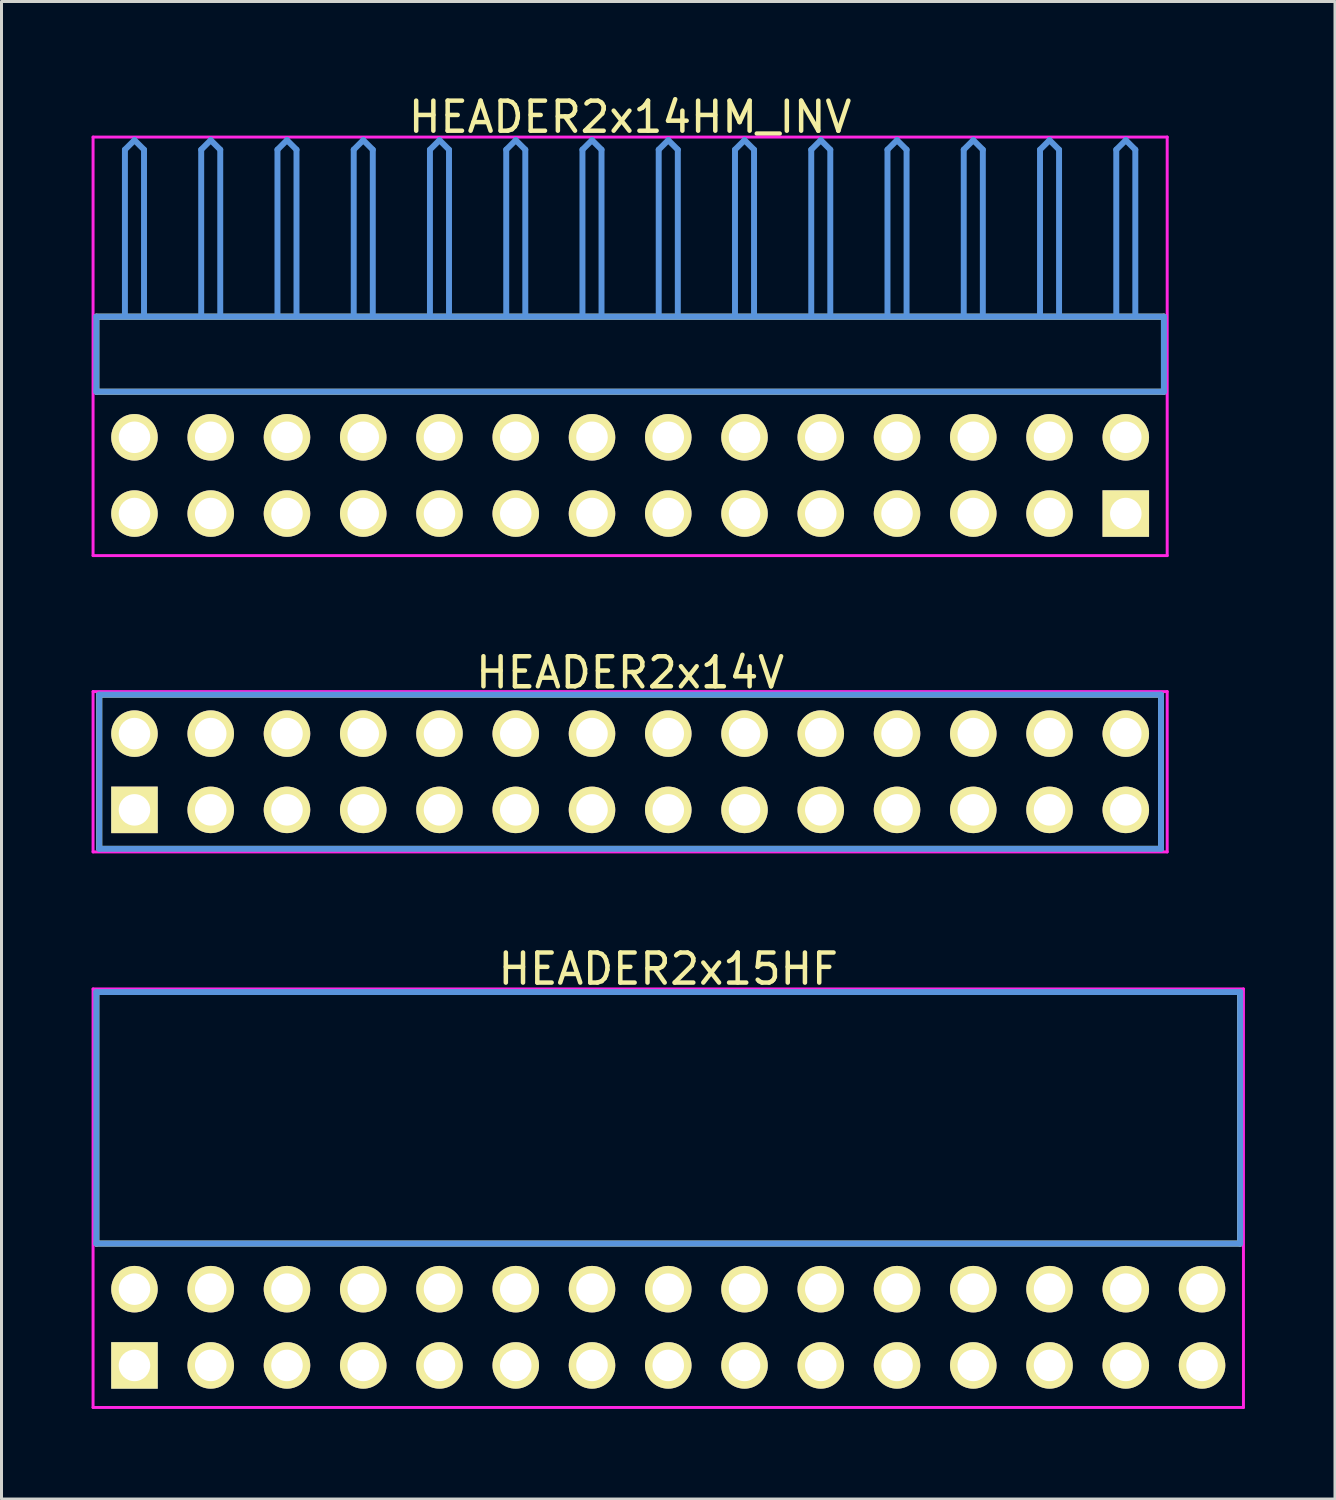
<source format=kicad_pcb>
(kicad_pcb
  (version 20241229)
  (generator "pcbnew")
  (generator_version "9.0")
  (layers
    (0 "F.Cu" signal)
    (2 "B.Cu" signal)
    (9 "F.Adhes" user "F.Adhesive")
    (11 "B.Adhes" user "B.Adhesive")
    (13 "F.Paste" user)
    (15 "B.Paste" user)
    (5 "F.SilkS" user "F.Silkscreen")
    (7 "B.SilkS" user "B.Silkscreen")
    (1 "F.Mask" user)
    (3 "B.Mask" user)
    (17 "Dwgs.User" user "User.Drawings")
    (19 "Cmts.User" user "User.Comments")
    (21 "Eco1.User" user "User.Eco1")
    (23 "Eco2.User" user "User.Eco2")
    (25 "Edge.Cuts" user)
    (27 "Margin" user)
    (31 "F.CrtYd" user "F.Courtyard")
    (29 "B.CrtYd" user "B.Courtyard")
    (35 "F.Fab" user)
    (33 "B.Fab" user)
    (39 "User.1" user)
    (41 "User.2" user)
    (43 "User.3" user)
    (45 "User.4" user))
  (footprint "HEADER2x14V"
    (layer "F.Cu")
    (at 1.429 23.926)
    (property "Reference" "HEADER2x14V" (at 16.51 -4.572 0) (layer "F.SilkS") (effects (font (size 1.001 1.001) (thickness 0.15))))
    (attr through_hole)
    (fp_line (start -1.173 -3.838) (end -1.173 1.298) (stroke (width 0.198) (type solid)) (layer "F.SilkS"))
    (fp_line (start -1.173 1.298) (end 34.193 1.298) (stroke (width 0.198) (type solid)) (layer "F.SilkS"))
    (fp_line (start 34.193 -3.838) (end -1.173 -3.838) (stroke (width 0.198) (type solid)) (layer "F.SilkS"))
    (fp_line (start 34.193 1.298) (end 34.193 -3.838) (stroke (width 0.198) (type solid)) (layer "F.SilkS"))
    (fp_line (start -1.173 -3.838) (end -1.173 1.298) (stroke (width 0.198) (type solid)) (layer "Cmts.User"))
    (fp_line (start -1.173 1.298) (end 34.193 1.298) (stroke (width 0.198) (type solid)) (layer "Cmts.User"))
    (fp_line (start 34.193 -3.838) (end -1.173 -3.838) (stroke (width 0.198) (type solid)) (layer "Cmts.User"))
    (fp_line (start 34.193 1.298) (end 34.193 -3.838) (stroke (width 0.198) (type solid)) (layer "Cmts.User"))
    (fp_line (start -1.379 -3.94) (end -1.379 1.4) (stroke (width 0.099) (type solid)) (layer "F.CrtYd"))
    (fp_line (start -1.379 1.4) (end 34.399 1.4) (stroke (width 0.099) (type solid)) (layer "F.CrtYd"))
    (fp_line (start 34.399 -3.94) (end -1.379 -3.94) (stroke (width 0.099) (type solid)) (layer "F.CrtYd"))
    (fp_line (start 34.399 1.4) (end 34.399 -3.94) (stroke (width 0.099) (type solid)) (layer "F.CrtYd"))
    (pad "1" thru_hole rect (at 0 0) (size 1.549 1.549) (drill 1.049) (layers "*.Cu" "*.Mask" "F.SilkS"))
    (pad "2" thru_hole circle (at 0 -2.54) (size 1.549 1.549) (drill 1.049) (layers "*.Cu" "*.Mask" "F.SilkS"))
    (pad "3" thru_hole circle (at 2.54 0) (size 1.549 1.549) (drill 1.049) (layers "*.Cu" "*.Mask" "F.SilkS"))
    (pad "4" thru_hole circle (at 2.54 -2.54) (size 1.549 1.549) (drill 1.049) (layers "*.Cu" "*.Mask" "F.SilkS"))
    (pad "5" thru_hole circle (at 5.08 0) (size 1.549 1.549) (drill 1.049) (layers "*.Cu" "*.Mask" "F.SilkS"))
    (pad "6" thru_hole circle (at 5.08 -2.54) (size 1.549 1.549) (drill 1.049) (layers "*.Cu" "*.Mask" "F.SilkS"))
    (pad "7" thru_hole circle (at 7.62 0) (size 1.549 1.549) (drill 1.049) (layers "*.Cu" "*.Mask" "F.SilkS"))
    (pad "8" thru_hole circle (at 7.62 -2.54) (size 1.549 1.549) (drill 1.049) (layers "*.Cu" "*.Mask" "F.SilkS"))
    (pad "9" thru_hole circle (at 10.16 0) (size 1.549 1.549) (drill 1.049) (layers "*.Cu" "*.Mask" "F.SilkS"))
    (pad "10" thru_hole circle (at 10.16 -2.54) (size 1.549 1.549) (drill 1.049) (layers "*.Cu" "*.Mask" "F.SilkS"))
    (pad "11" thru_hole circle (at 12.7 0) (size 1.549 1.549) (drill 1.049) (layers "*.Cu" "*.Mask" "F.SilkS"))
    (pad "12" thru_hole circle (at 12.7 -2.54) (size 1.549 1.549) (drill 1.049) (layers "*.Cu" "*.Mask" "F.SilkS"))
    (pad "13" thru_hole circle (at 15.24 0) (size 1.549 1.549) (drill 1.049) (layers "*.Cu" "*.Mask" "F.SilkS"))
    (pad "14" thru_hole circle (at 15.24 -2.54) (size 1.549 1.549) (drill 1.049) (layers "*.Cu" "*.Mask" "F.SilkS"))
    (pad "15" thru_hole circle (at 17.78 0) (size 1.549 1.549) (drill 1.049) (layers "*.Cu" "*.Mask" "F.SilkS"))
    (pad "16" thru_hole circle (at 17.78 -2.54) (size 1.549 1.549) (drill 1.049) (layers "*.Cu" "*.Mask" "F.SilkS"))
    (pad "17" thru_hole circle (at 20.32 0) (size 1.549 1.549) (drill 1.049) (layers "*.Cu" "*.Mask" "F.SilkS"))
    (pad "18" thru_hole circle (at 20.32 -2.54) (size 1.549 1.549) (drill 1.049) (layers "*.Cu" "*.Mask" "F.SilkS"))
    (pad "19" thru_hole circle (at 22.86 0) (size 1.549 1.549) (drill 1.049) (layers "*.Cu" "*.Mask" "F.SilkS"))
    (pad "20" thru_hole circle (at 22.86 -2.54) (size 1.549 1.549) (drill 1.049) (layers "*.Cu" "*.Mask" "F.SilkS"))
    (pad "21" thru_hole circle (at 25.4 0) (size 1.549 1.549) (drill 1.049) (layers "*.Cu" "*.Mask" "F.SilkS"))
    (pad "22" thru_hole circle (at 25.4 -2.54) (size 1.549 1.549) (drill 1.049) (layers "*.Cu" "*.Mask" "F.SilkS"))
    (pad "23" thru_hole circle (at 27.94 0) (size 1.549 1.549) (drill 1.049) (layers "*.Cu" "*.Mask" "F.SilkS"))
    (pad "24" thru_hole circle (at 27.94 -2.54) (size 1.549 1.549) (drill 1.049) (layers "*.Cu" "*.Mask" "F.SilkS"))
    (pad "25" thru_hole circle (at 30.48 0) (size 1.549 1.549) (drill 1.049) (layers "*.Cu" "*.Mask" "F.SilkS"))
    (pad "26" thru_hole circle (at 30.48 -2.54) (size 1.549 1.549) (drill 1.049) (layers "*.Cu" "*.Mask" "F.SilkS"))
    (pad "27" thru_hole circle (at 33.02 0) (size 1.549 1.549) (drill 1.049) (layers "*.Cu" "*.Mask" "F.SilkS"))
    (pad "28" thru_hole circle (at 33.02 -2.54) (size 1.549 1.549) (drill 1.049) (layers "*.Cu" "*.Mask" "F.SilkS")))
  (footprint "HEADER2x15HF"
    (layer "F.Cu")
    (at 1.429 42.431)
    (property "Reference" "HEADER2x15HF" (at 17.78 -13.208 0) (layer "F.SilkS") (effects (font (size 1.001 1.001) (thickness 0.15))))
    (attr through_hole)
    (fp_line (start -1.27 -12.438) (end -1.27 -4.059) (stroke (width 0.198) (type solid)) (layer "F.SilkS"))
    (fp_line (start -1.27 -4.059) (end 36.83 -4.059) (stroke (width 0.198) (type solid)) (layer "F.SilkS"))
    (fp_line (start 36.83 -12.438) (end -1.27 -12.438) (stroke (width 0.198) (type solid)) (layer "F.SilkS"))
    (fp_line (start 36.83 -4.059) (end 36.83 -12.438) (stroke (width 0.198) (type solid)) (layer "F.SilkS"))
    (fp_line (start -1.27 -12.438) (end -1.27 -4.059) (stroke (width 0.198) (type solid)) (layer "Cmts.User"))
    (fp_line (start -1.27 -4.059) (end 36.83 -4.059) (stroke (width 0.198) (type solid)) (layer "Cmts.User"))
    (fp_line (start 36.83 -12.438) (end -1.27 -12.438) (stroke (width 0.198) (type solid)) (layer "Cmts.User"))
    (fp_line (start 36.83 -4.059) (end 36.83 -12.438) (stroke (width 0.198) (type solid)) (layer "Cmts.User"))
    (fp_line (start -1.379 -12.54) (end 36.939 -12.54) (stroke (width 0.099) (type solid)) (layer "F.CrtYd"))
    (fp_line (start -1.379 1.4) (end -1.379 -12.54) (stroke (width 0.099) (type solid)) (layer "F.CrtYd"))
    (fp_line (start 36.939 -12.54) (end 36.939 1.4) (stroke (width 0.099) (type solid)) (layer "F.CrtYd"))
    (fp_line (start 36.939 1.4) (end -1.379 1.4) (stroke (width 0.099) (type solid)) (layer "F.CrtYd"))
    (pad "1" thru_hole rect (at 0 0) (size 1.549 1.549) (drill 1.049) (layers "*.Cu" "*.Mask" "F.SilkS"))
    (pad "2" thru_hole circle (at 0 -2.54) (size 1.549 1.549) (drill 1.049) (layers "*.Cu" "*.Mask" "F.SilkS"))
    (pad "3" thru_hole circle (at 2.54 0) (size 1.549 1.549) (drill 1.049) (layers "*.Cu" "*.Mask" "F.SilkS"))
    (pad "4" thru_hole circle (at 2.54 -2.54) (size 1.549 1.549) (drill 1.049) (layers "*.Cu" "*.Mask" "F.SilkS"))
    (pad "5" thru_hole circle (at 5.08 0) (size 1.549 1.549) (drill 1.049) (layers "*.Cu" "*.Mask" "F.SilkS"))
    (pad "6" thru_hole circle (at 5.08 -2.54) (size 1.549 1.549) (drill 1.049) (layers "*.Cu" "*.Mask" "F.SilkS"))
    (pad "7" thru_hole circle (at 7.62 0) (size 1.549 1.549) (drill 1.049) (layers "*.Cu" "*.Mask" "F.SilkS"))
    (pad "8" thru_hole circle (at 7.62 -2.54) (size 1.549 1.549) (drill 1.049) (layers "*.Cu" "*.Mask" "F.SilkS"))
    (pad "9" thru_hole circle (at 10.16 0) (size 1.549 1.549) (drill 1.049) (layers "*.Cu" "*.Mask" "F.SilkS"))
    (pad "10" thru_hole circle (at 10.16 -2.54) (size 1.549 1.549) (drill 1.049) (layers "*.Cu" "*.Mask" "F.SilkS"))
    (pad "11" thru_hole circle (at 12.7 0) (size 1.549 1.549) (drill 1.049) (layers "*.Cu" "*.Mask" "F.SilkS"))
    (pad "12" thru_hole circle (at 12.7 -2.54) (size 1.549 1.549) (drill 1.049) (layers "*.Cu" "*.Mask" "F.SilkS"))
    (pad "13" thru_hole circle (at 15.24 0) (size 1.549 1.549) (drill 1.049) (layers "*.Cu" "*.Mask" "F.SilkS"))
    (pad "14" thru_hole circle (at 15.24 -2.54) (size 1.549 1.549) (drill 1.049) (layers "*.Cu" "*.Mask" "F.SilkS"))
    (pad "15" thru_hole circle (at 17.78 0) (size 1.549 1.549) (drill 1.049) (layers "*.Cu" "*.Mask" "F.SilkS"))
    (pad "16" thru_hole circle (at 17.78 -2.54) (size 1.549 1.549) (drill 1.049) (layers "*.Cu" "*.Mask" "F.SilkS"))
    (pad "17" thru_hole circle (at 20.32 0) (size 1.549 1.549) (drill 1.049) (layers "*.Cu" "*.Mask" "F.SilkS"))
    (pad "18" thru_hole circle (at 20.32 -2.54) (size 1.549 1.549) (drill 1.049) (layers "*.Cu" "*.Mask" "F.SilkS"))
    (pad "19" thru_hole circle (at 22.86 0) (size 1.549 1.549) (drill 1.049) (layers "*.Cu" "*.Mask" "F.SilkS"))
    (pad "20" thru_hole circle (at 22.86 -2.54) (size 1.549 1.549) (drill 1.049) (layers "*.Cu" "*.Mask" "F.SilkS"))
    (pad "21" thru_hole circle (at 25.4 0) (size 1.549 1.549) (drill 1.049) (layers "*.Cu" "*.Mask" "F.SilkS"))
    (pad "22" thru_hole circle (at 25.4 -2.54) (size 1.549 1.549) (drill 1.049) (layers "*.Cu" "*.Mask" "F.SilkS"))
    (pad "23" thru_hole circle (at 27.94 0) (size 1.549 1.549) (drill 1.049) (layers "*.Cu" "*.Mask" "F.SilkS"))
    (pad "24" thru_hole circle (at 27.94 -2.54) (size 1.549 1.549) (drill 1.049) (layers "*.Cu" "*.Mask" "F.SilkS"))
    (pad "25" thru_hole circle (at 30.48 0) (size 1.549 1.549) (drill 1.049) (layers "*.Cu" "*.Mask" "F.SilkS"))
    (pad "26" thru_hole circle (at 30.48 -2.54) (size 1.549 1.549) (drill 1.049) (layers "*.Cu" "*.Mask" "F.SilkS"))
    (pad "27" thru_hole circle (at 33.02 0) (size 1.549 1.549) (drill 1.049) (layers "*.Cu" "*.Mask" "F.SilkS"))
    (pad "28" thru_hole circle (at 33.02 -2.54) (size 1.549 1.549) (drill 1.049) (layers "*.Cu" "*.Mask" "F.SilkS"))
    (pad "29" thru_hole circle (at 35.56 0) (size 1.549 1.549) (drill 1.049) (layers "*.Cu" "*.Mask" "F.SilkS"))
    (pad "30" thru_hole circle (at 35.56 -2.54) (size 1.549 1.549) (drill 1.049) (layers "*.Cu" "*.Mask" "F.SilkS")))
  (footprint "HEADER2x14HM_INV"
    (layer "F.Cu")
    (at 1.429 14.056)
    (property "Reference" "HEADER2x14HM_INV" (at 16.51 -13.208 0) (layer "F.SilkS") (effects (font (size 1.001 1.001) (thickness 0.15))))
    (attr through_hole)
    (fp_line (start -1.27 -6.558) (end -1.27 -4.059) (stroke (width 0.198) (type solid)) (layer "F.SilkS"))
    (fp_line (start -1.27 -4.059) (end 34.29 -4.059) (stroke (width 0.198) (type solid)) (layer "F.SilkS"))
    (fp_line (start 34.29 -6.558) (end -1.27 -6.558) (stroke (width 0.198) (type solid)) (layer "F.SilkS"))
    (fp_line (start 34.29 -4.059) (end 34.29 -6.558) (stroke (width 0.198) (type solid)) (layer "F.SilkS"))
    (fp_line (start -1.27 -6.558) (end -1.27 -4.059) (stroke (width 0.198) (type solid)) (layer "Cmts.User"))
    (fp_line (start -1.27 -4.059) (end 34.29 -4.059) (stroke (width 0.198) (type solid)) (layer "Cmts.User"))
    (fp_line (start -0.318 -12.121) (end 0 -12.438) (stroke (width 0.198) (type solid)) (layer "Cmts.User"))
    (fp_line (start -0.318 -6.599) (end -0.318 -12.121) (stroke (width 0.198) (type solid)) (layer "Cmts.User"))
    (fp_line (start 0.318 -12.121) (end 0 -12.438) (stroke (width 0.198) (type solid)) (layer "Cmts.User"))
    (fp_line (start 0.318 -6.599) (end 0.318 -12.121) (stroke (width 0.198) (type solid)) (layer "Cmts.User"))
    (fp_line (start 2.223 -12.121) (end 2.54 -12.438) (stroke (width 0.198) (type solid)) (layer "Cmts.User"))
    (fp_line (start 2.223 -6.599) (end 2.223 -12.121) (stroke (width 0.198) (type solid)) (layer "Cmts.User"))
    (fp_line (start 2.857 -12.121) (end 2.54 -12.438) (stroke (width 0.198) (type solid)) (layer "Cmts.User"))
    (fp_line (start 2.857 -6.599) (end 2.857 -12.121) (stroke (width 0.198) (type solid)) (layer "Cmts.User"))
    (fp_line (start 4.763 -12.121) (end 5.08 -12.438) (stroke (width 0.198) (type solid)) (layer "Cmts.User"))
    (fp_line (start 4.763 -6.599) (end 4.763 -12.121) (stroke (width 0.198) (type solid)) (layer "Cmts.User"))
    (fp_line (start 5.397 -12.121) (end 5.08 -12.438) (stroke (width 0.198) (type solid)) (layer "Cmts.User"))
    (fp_line (start 5.397 -6.599) (end 5.397 -12.121) (stroke (width 0.198) (type solid)) (layer "Cmts.User"))
    (fp_line (start 7.303 -12.121) (end 7.62 -12.438) (stroke (width 0.198) (type solid)) (layer "Cmts.User"))
    (fp_line (start 7.303 -6.599) (end 7.303 -12.121) (stroke (width 0.198) (type solid)) (layer "Cmts.User"))
    (fp_line (start 7.938 -12.121) (end 7.62 -12.438) (stroke (width 0.198) (type solid)) (layer "Cmts.User"))
    (fp_line (start 7.938 -6.599) (end 7.938 -12.121) (stroke (width 0.198) (type solid)) (layer "Cmts.User"))
    (fp_line (start 9.842 -12.121) (end 10.16 -12.438) (stroke (width 0.198) (type solid)) (layer "Cmts.User"))
    (fp_line (start 9.842 -6.599) (end 9.842 -12.121) (stroke (width 0.198) (type solid)) (layer "Cmts.User"))
    (fp_line (start 10.477 -12.121) (end 10.16 -12.438) (stroke (width 0.198) (type solid)) (layer "Cmts.User"))
    (fp_line (start 10.477 -6.599) (end 10.477 -12.121) (stroke (width 0.198) (type solid)) (layer "Cmts.User"))
    (fp_line (start 12.383 -12.121) (end 12.7 -12.438) (stroke (width 0.198) (type solid)) (layer "Cmts.User"))
    (fp_line (start 12.383 -6.599) (end 12.383 -12.121) (stroke (width 0.198) (type solid)) (layer "Cmts.User"))
    (fp_line (start 13.018 -12.121) (end 12.7 -12.438) (stroke (width 0.198) (type solid)) (layer "Cmts.User"))
    (fp_line (start 13.018 -6.599) (end 13.018 -12.121) (stroke (width 0.198) (type solid)) (layer "Cmts.User"))
    (fp_line (start 14.922 -12.121) (end 15.24 -12.438) (stroke (width 0.198) (type solid)) (layer "Cmts.User"))
    (fp_line (start 14.922 -6.599) (end 14.922 -12.121) (stroke (width 0.198) (type solid)) (layer "Cmts.User"))
    (fp_line (start 15.557 -12.121) (end 15.24 -12.438) (stroke (width 0.198) (type solid)) (layer "Cmts.User"))
    (fp_line (start 15.557 -6.599) (end 15.557 -12.121) (stroke (width 0.198) (type solid)) (layer "Cmts.User"))
    (fp_line (start 17.462 -12.121) (end 17.78 -12.438) (stroke (width 0.198) (type solid)) (layer "Cmts.User"))
    (fp_line (start 17.462 -6.599) (end 17.462 -12.121) (stroke (width 0.198) (type solid)) (layer "Cmts.User"))
    (fp_line (start 18.098 -12.121) (end 17.78 -12.438) (stroke (width 0.198) (type solid)) (layer "Cmts.User"))
    (fp_line (start 18.098 -6.599) (end 18.098 -12.121) (stroke (width 0.198) (type solid)) (layer "Cmts.User"))
    (fp_line (start 20.003 -12.121) (end 20.32 -12.438) (stroke (width 0.198) (type solid)) (layer "Cmts.User"))
    (fp_line (start 20.003 -6.599) (end 20.003 -12.121) (stroke (width 0.198) (type solid)) (layer "Cmts.User"))
    (fp_line (start 20.637 -12.121) (end 20.32 -12.438) (stroke (width 0.198) (type solid)) (layer "Cmts.User"))
    (fp_line (start 20.637 -6.599) (end 20.637 -12.121) (stroke (width 0.198) (type solid)) (layer "Cmts.User"))
    (fp_line (start 22.543 -12.121) (end 22.86 -12.438) (stroke (width 0.198) (type solid)) (layer "Cmts.User"))
    (fp_line (start 22.543 -6.599) (end 22.543 -12.121) (stroke (width 0.198) (type solid)) (layer "Cmts.User"))
    (fp_line (start 23.177 -12.121) (end 22.86 -12.438) (stroke (width 0.198) (type solid)) (layer "Cmts.User"))
    (fp_line (start 23.177 -6.599) (end 23.177 -12.121) (stroke (width 0.198) (type solid)) (layer "Cmts.User"))
    (fp_line (start 25.082 -12.121) (end 25.4 -12.438) (stroke (width 0.198) (type solid)) (layer "Cmts.User"))
    (fp_line (start 25.082 -6.599) (end 25.082 -12.121) (stroke (width 0.198) (type solid)) (layer "Cmts.User"))
    (fp_line (start 25.718 -12.121) (end 25.4 -12.438) (stroke (width 0.198) (type solid)) (layer "Cmts.User"))
    (fp_line (start 25.718 -6.599) (end 25.718 -12.121) (stroke (width 0.198) (type solid)) (layer "Cmts.User"))
    (fp_line (start 27.622 -12.121) (end 27.94 -12.438) (stroke (width 0.198) (type solid)) (layer "Cmts.User"))
    (fp_line (start 27.622 -6.599) (end 27.622 -12.121) (stroke (width 0.198) (type solid)) (layer "Cmts.User"))
    (fp_line (start 28.258 -12.121) (end 27.94 -12.438) (stroke (width 0.198) (type solid)) (layer "Cmts.User"))
    (fp_line (start 28.258 -6.599) (end 28.258 -12.121) (stroke (width 0.198) (type solid)) (layer "Cmts.User"))
    (fp_line (start 30.163 -12.121) (end 30.48 -12.438) (stroke (width 0.198) (type solid)) (layer "Cmts.User"))
    (fp_line (start 30.163 -6.599) (end 30.163 -12.121) (stroke (width 0.198) (type solid)) (layer "Cmts.User"))
    (fp_line (start 30.797 -12.121) (end 30.48 -12.438) (stroke (width 0.198) (type solid)) (layer "Cmts.User"))
    (fp_line (start 30.797 -6.599) (end 30.797 -12.121) (stroke (width 0.198) (type solid)) (layer "Cmts.User"))
    (fp_line (start 32.703 -12.121) (end 33.02 -12.438) (stroke (width 0.198) (type solid)) (layer "Cmts.User"))
    (fp_line (start 32.703 -6.599) (end 32.703 -12.121) (stroke (width 0.198) (type solid)) (layer "Cmts.User"))
    (fp_line (start 33.337 -12.121) (end 33.02 -12.438) (stroke (width 0.198) (type solid)) (layer "Cmts.User"))
    (fp_line (start 33.337 -6.599) (end 33.337 -12.121) (stroke (width 0.198) (type solid)) (layer "Cmts.User"))
    (fp_line (start 34.29 -6.558) (end -1.27 -6.558) (stroke (width 0.198) (type solid)) (layer "Cmts.User"))
    (fp_line (start 34.29 -4.059) (end 34.29 -6.558) (stroke (width 0.198) (type solid)) (layer "Cmts.User"))
    (fp_line (start -1.379 -12.54) (end 34.399 -12.54) (stroke (width 0.099) (type solid)) (layer "F.CrtYd"))
    (fp_line (start -1.379 1.4) (end -1.379 -12.54) (stroke (width 0.099) (type solid)) (layer "F.CrtYd"))
    (fp_line (start 34.399 -12.54) (end 34.399 1.4) (stroke (width 0.099) (type solid)) (layer "F.CrtYd"))
    (fp_line (start 34.399 1.4) (end -1.379 1.4) (stroke (width 0.099) (type solid)) (layer "F.CrtYd"))
    (pad "1" thru_hole rect (at 33.02 0) (size 1.549 1.549) (drill 1.049) (layers "*.Cu" "*.Mask" "F.SilkS"))
    (pad "2" thru_hole circle (at 33.02 -2.54) (size 1.549 1.549) (drill 1.049) (layers "*.Cu" "*.Mask" "F.SilkS"))
    (pad "3" thru_hole circle (at 30.48 0) (size 1.549 1.549) (drill 1.049) (layers "*.Cu" "*.Mask" "F.SilkS"))
    (pad "4" thru_hole circle (at 30.48 -2.54) (size 1.549 1.549) (drill 1.049) (layers "*.Cu" "*.Mask" "F.SilkS"))
    (pad "5" thru_hole circle (at 27.94 0) (size 1.549 1.549) (drill 1.049) (layers "*.Cu" "*.Mask" "F.SilkS"))
    (pad "6" thru_hole circle (at 27.94 -2.54) (size 1.549 1.549) (drill 1.049) (layers "*.Cu" "*.Mask" "F.SilkS"))
    (pad "7" thru_hole circle (at 25.4 0) (size 1.549 1.549) (drill 1.049) (layers "*.Cu" "*.Mask" "F.SilkS"))
    (pad "8" thru_hole circle (at 25.4 -2.54) (size 1.549 1.549) (drill 1.049) (layers "*.Cu" "*.Mask" "F.SilkS"))
    (pad "9" thru_hole circle (at 22.86 0) (size 1.549 1.549) (drill 1.049) (layers "*.Cu" "*.Mask" "F.SilkS"))
    (pad "10" thru_hole circle (at 22.86 -2.54) (size 1.549 1.549) (drill 1.049) (layers "*.Cu" "*.Mask" "F.SilkS"))
    (pad "11" thru_hole circle (at 20.32 0) (size 1.549 1.549) (drill 1.049) (layers "*.Cu" "*.Mask" "F.SilkS"))
    (pad "12" thru_hole circle (at 20.32 -2.54) (size 1.549 1.549) (drill 1.049) (layers "*.Cu" "*.Mask" "F.SilkS"))
    (pad "13" thru_hole circle (at 17.78 0) (size 1.549 1.549) (drill 1.049) (layers "*.Cu" "*.Mask" "F.SilkS"))
    (pad "14" thru_hole circle (at 17.78 -2.54) (size 1.549 1.549) (drill 1.049) (layers "*.Cu" "*.Mask" "F.SilkS"))
    (pad "15" thru_hole circle (at 15.24 0) (size 1.549 1.549) (drill 1.049) (layers "*.Cu" "*.Mask" "F.SilkS"))
    (pad "16" thru_hole circle (at 15.24 -2.54) (size 1.549 1.549) (drill 1.049) (layers "*.Cu" "*.Mask" "F.SilkS"))
    (pad "17" thru_hole circle (at 12.7 0) (size 1.549 1.549) (drill 1.049) (layers "*.Cu" "*.Mask" "F.SilkS"))
    (pad "18" thru_hole circle (at 12.7 -2.54) (size 1.549 1.549) (drill 1.049) (layers "*.Cu" "*.Mask" "F.SilkS"))
    (pad "19" thru_hole circle (at 10.16 0) (size 1.549 1.549) (drill 1.049) (layers "*.Cu" "*.Mask" "F.SilkS"))
    (pad "20" thru_hole circle (at 10.16 -2.54) (size 1.549 1.549) (drill 1.049) (layers "*.Cu" "*.Mask" "F.SilkS"))
    (pad "21" thru_hole circle (at 7.62 0) (size 1.549 1.549) (drill 1.049) (layers "*.Cu" "*.Mask" "F.SilkS"))
    (pad "22" thru_hole circle (at 7.62 -2.54) (size 1.549 1.549) (drill 1.049) (layers "*.Cu" "*.Mask" "F.SilkS"))
    (pad "23" thru_hole circle (at 5.08 0) (size 1.549 1.549) (drill 1.049) (layers "*.Cu" "*.Mask" "F.SilkS"))
    (pad "24" thru_hole circle (at 5.08 -2.54) (size 1.549 1.549) (drill 1.049) (layers "*.Cu" "*.Mask" "F.SilkS"))
    (pad "25" thru_hole circle (at 2.54 0) (size 1.549 1.549) (drill 1.049) (layers "*.Cu" "*.Mask" "F.SilkS"))
    (pad "26" thru_hole circle (at 2.54 -2.54) (size 1.549 1.549) (drill 1.049) (layers "*.Cu" "*.Mask" "F.SilkS"))
    (pad "27" thru_hole circle (at 0 0) (size 1.549 1.549) (drill 1.049) (layers "*.Cu" "*.Mask" "F.SilkS"))
    (pad "28" thru_hole circle (at 0 -2.54) (size 1.549 1.549) (drill 1.049) (layers "*.Cu" "*.Mask" "F.SilkS")))
  (gr_rect
    (start -3 -3)
    (end 41.417 46.881)
    (stroke (width 0.1) (type default))
    (fill no)
    (layer "Edge.Cuts")))
</source>
